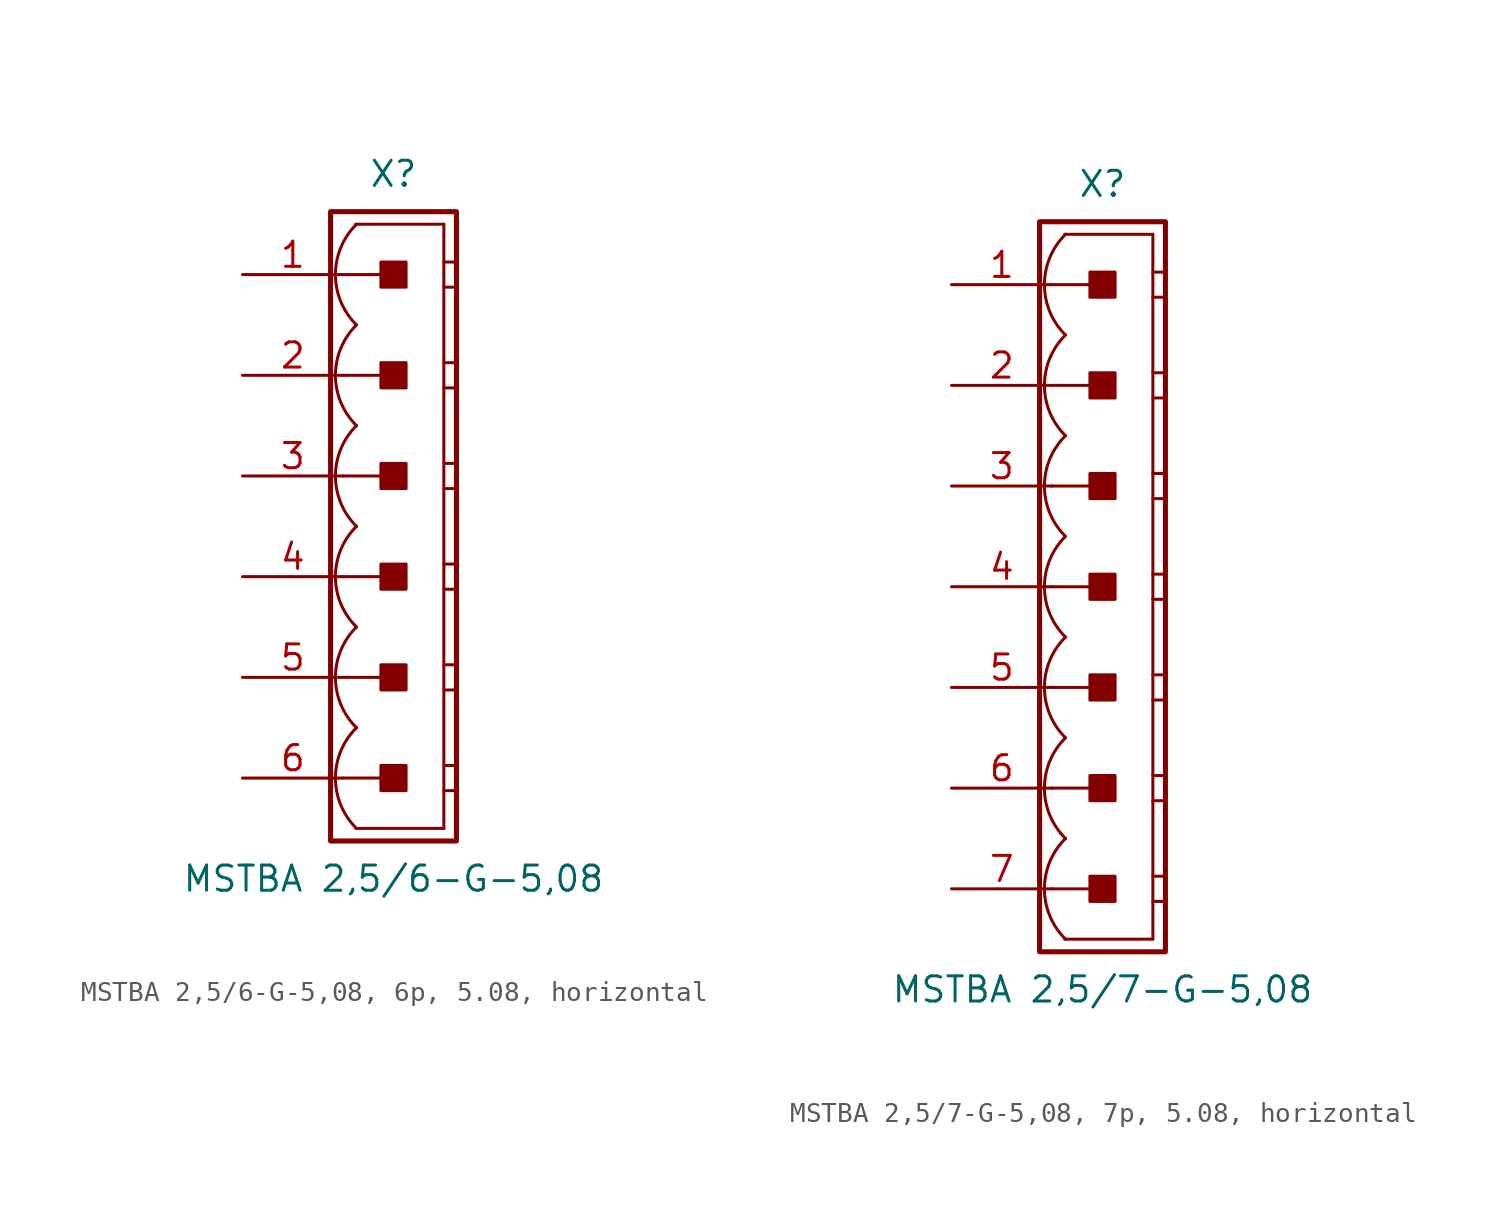
<source format=kicad_sym>
(kicad_symbol_lib
  (version 20241209)
  (generator "kicad_symbol_editor")
  (generator_version "9.0")
  (symbol "MSTBA 2,5/6-G-5,08, 6p, 5.08, horizontal"
    (pin_names
      (offset 1.016)
      (hide yes))
    (property "Reference" "X"
      (at 0 17.78 0)
      (effects (font (size 1.27 1.27))))
    (property "Value" "MSTBA 2,5/6-G-5,08"
      (at 0 -17.78 0)
      (effects (font (size 1.27 1.27))))
    (property "Label" ""
      (at 0 0 0)
      (effects (font (size 1.27 1.27) (thickness 0.254) (bold yes))))
    (symbol "MSTBA 2,5/6-G-5,08, 6p, 5.08, horizontal_0_1"
      (polyline (pts (xy 2.54 15.24) (xy -1.905 15.24)) (stroke (width 0.152) (type default)) (fill (type none)))
      (polyline (pts (xy 2.54 15.24) (xy 2.54 -15.24)) (stroke (width 0.152) (type default)) (fill (type none)))
      (polyline (pts (xy 2.54 13.335) (xy 3.175 13.335)) (stroke (width 0.152) (type default)) (fill (type none)))
      (polyline (pts (xy 2.54 12.065) (xy 3.175 12.065)) (stroke (width 0.152) (type default)) (fill (type none)))
      (polyline (pts (xy 2.54 8.255) (xy 3.175 8.255)) (stroke (width 0.152) (type default)) (fill (type none)))
      (polyline (pts (xy 2.54 6.985) (xy 3.175 6.985)) (stroke (width 0.152) (type default)) (fill (type none)))
      (polyline (pts (xy 2.54 3.175) (xy 3.175 3.175)) (stroke (width 0.152) (type default)) (fill (type none)))
      (polyline (pts (xy 2.54 1.905) (xy 3.175 1.905)) (stroke (width 0.152) (type default)) (fill (type none)))
      (polyline (pts (xy 2.54 -1.905) (xy 3.175 -1.905)) (stroke (width 0.152) (type default)) (fill (type none)))
      (polyline (pts (xy 2.54 -3.175) (xy 3.175 -3.175)) (stroke (width 0.152) (type default)) (fill (type none)))
      (polyline (pts (xy 2.54 -6.985) (xy 3.175 -6.985)) (stroke (width 0.152) (type default)) (fill (type none)))
      (polyline (pts (xy 2.54 -8.255) (xy 3.175 -8.255)) (stroke (width 0.152) (type default)) (fill (type none)))
      (polyline (pts (xy 2.54 -12.065) (xy 3.175 -12.065)) (stroke (width 0.152) (type default)) (fill (type none)))
      (polyline (pts (xy 2.54 -13.335) (xy 3.175 -13.335)) (stroke (width 0.152) (type default)) (fill (type none)))
      (polyline (pts (xy 2.54 -15.24) (xy -1.905 -15.24)) (stroke (width 0.152) (type default)) (fill (type none))))
    (symbol "MSTBA 2,5/6-G-5,08, 6p, 5.08, horizontal_1_0"
      (polyline (pts (xy -2.54 12.7) (xy 0 12.7)) (stroke (width 0.152) (type default)) (fill (type none)))
      (polyline (pts (xy -2.54 7.62) (xy 0 7.62)) (stroke (width 0.152) (type default)) (fill (type none)))
      (polyline (pts (xy -2.54 2.54) (xy 0 2.54)) (stroke (width 0.152) (type default)) (fill (type none)))
      (polyline (pts (xy -2.54 -2.54) (xy 0 -2.54)) (stroke (width 0.152) (type default)) (fill (type none)))
      (polyline (pts (xy -2.54 -7.62) (xy 0 -7.62)) (stroke (width 0.152) (type default)) (fill (type none)))
      (polyline (pts (xy -2.54 -12.7) (xy 0 -12.7)) (stroke (width 0.152) (type default)) (fill (type none))))
    (symbol "MSTBA 2,5/6-G-5,08, 6p, 5.08, horizontal_1_1"
      (rectangle (start -3.175 15.875) (end 3.175 -15.875) (stroke (width 0.254) (type default)) (fill (type none)))
      (rectangle (start -0.635 12.065) (end 0.635 13.335) (stroke (width 0.152) (type default)) (fill (type outline)))
      (rectangle (start -0.635 6.985) (end 0.635 8.255) (stroke (width 0.152) (type default)) (fill (type outline)))
      (rectangle (start -0.635 1.905) (end 0.635 3.175) (stroke (width 0.152) (type default)) (fill (type outline)))
      (rectangle (start -0.635 -3.175) (end 0.635 -1.905) (stroke (width 0.152) (type default)) (fill (type outline)))
      (rectangle (start -0.635 -8.255) (end 0.635 -6.985) (stroke (width 0.152) (type default)) (fill (type outline)))
      (rectangle (start -0.635 -13.335) (end 0.635 -12.065) (stroke (width 0.152) (type default)) (fill (type outline)))
      (arc (start -1.8664 10.16) (mid -2.9299 12.7) (end -1.8664 15.24) (stroke (width 0.1524) (type default)) (fill (type none)))
      (arc (start -1.8664 5.08) (mid -2.9299 7.62) (end -1.8664 10.16) (stroke (width 0.1524) (type default)) (fill (type none)))
      (arc (start -1.8664 0) (mid -2.9299 2.54) (end -1.8664 5.08) (stroke (width 0.1524) (type default)) (fill (type none)))
      (arc (start -1.8664 -5.08) (mid -2.9299 -2.54) (end -1.8664 0) (stroke (width 0.1524) (type default)) (fill (type none)))
      (arc (start -1.8664 -10.16) (mid -2.9299 -7.62) (end -1.8664 -5.08) (stroke (width 0.1524) (type default)) (fill (type none)))
      (arc (start -1.8664 -15.24) (mid -2.9299 -12.7) (end -1.8664 -10.16) (stroke (width 0.1524) (type default)) (fill (type none)))
      (pin passive line (at -7.62 12.7 0) (length 5.08) (name "1" (effects (font (size 1.27 1.27)))) (number "1" (effects (font (size 1.27 1.27)))))
      (pin passive line (at -7.62 7.62 0) (length 5.08) (name "2" (effects (font (size 1.27 1.27)))) (number "2" (effects (font (size 1.27 1.27)))))
      (pin passive line (at -7.62 2.54 0) (length 5.08) (name "3" (effects (font (size 1.27 1.27)))) (number "3" (effects (font (size 1.27 1.27)))))
      (pin passive line (at -7.62 -2.54 0) (length 5.08) (name "4" (effects (font (size 1.27 1.27)))) (number "4" (effects (font (size 1.27 1.27)))))
      (pin passive line (at -7.62 -7.62 0) (length 5.08) (name "5" (effects (font (size 1.27 1.27)))) (number "5" (effects (font (size 1.27 1.27)))))
      (pin passive line (at -7.62 -12.7 0) (length 5.08) (name "6" (effects (font (size 1.27 1.27)))) (number "6" (effects (font (size 1.27 1.27)))))))
  (symbol "MSTBA 2,5/7-G-5,08, 7p, 5.08, horizontal"
    (pin_names
      (offset 1.016)
      (hide yes))
    (property "Reference" "X"
      (at 0 20.32 0)
      (effects (font (size 1.27 1.27))))
    (property "Value" "MSTBA 2,5/7-G-5,08"
      (at 0 -20.32 0)
      (effects (font (size 1.27 1.27))))
    (property "Label" ""
      (at 0 0 0)
      (effects (font (size 1.27 1.27) (thickness 0.254) (bold yes))))
    (symbol "MSTBA 2,5/7-G-5,08, 7p, 5.08, horizontal_0_1"
      (polyline (pts (xy 2.54 17.78) (xy -1.905 17.78)) (stroke (width 0.152) (type default)) (fill (type none)))
      (polyline (pts (xy 2.54 17.78) (xy 2.54 -17.78)) (stroke (width 0.152) (type default)) (fill (type none)))
      (polyline (pts (xy 2.54 15.875) (xy 3.175 15.875)) (stroke (width 0.152) (type default)) (fill (type none)))
      (polyline (pts (xy 2.54 14.605) (xy 3.175 14.605)) (stroke (width 0.152) (type default)) (fill (type none)))
      (polyline (pts (xy 2.54 10.795) (xy 3.175 10.795)) (stroke (width 0.152) (type default)) (fill (type none)))
      (polyline (pts (xy 2.54 9.525) (xy 3.175 9.525)) (stroke (width 0.152) (type default)) (fill (type none)))
      (polyline (pts (xy 2.54 5.715) (xy 3.175 5.715)) (stroke (width 0.152) (type default)) (fill (type none)))
      (polyline (pts (xy 2.54 4.445) (xy 3.175 4.445)) (stroke (width 0.152) (type default)) (fill (type none)))
      (polyline (pts (xy 2.54 0.635) (xy 3.175 0.635)) (stroke (width 0.152) (type default)) (fill (type none)))
      (polyline (pts (xy 2.54 -0.635) (xy 3.175 -0.635)) (stroke (width 0.152) (type default)) (fill (type none)))
      (polyline (pts (xy 2.54 -4.445) (xy 3.175 -4.445)) (stroke (width 0.152) (type default)) (fill (type none)))
      (polyline (pts (xy 2.54 -5.715) (xy 3.175 -5.715)) (stroke (width 0.152) (type default)) (fill (type none)))
      (polyline (pts (xy 2.54 -9.525) (xy 3.175 -9.525)) (stroke (width 0.152) (type default)) (fill (type none)))
      (polyline (pts (xy 2.54 -10.795) (xy 3.175 -10.795)) (stroke (width 0.152) (type default)) (fill (type none)))
      (polyline (pts (xy 2.54 -14.605) (xy 3.175 -14.605)) (stroke (width 0.152) (type default)) (fill (type none)))
      (polyline (pts (xy 2.54 -15.875) (xy 3.175 -15.875)) (stroke (width 0.152) (type default)) (fill (type none)))
      (polyline (pts (xy 2.54 -17.78) (xy -1.905 -17.78)) (stroke (width 0.152) (type default)) (fill (type none))))
    (symbol "MSTBA 2,5/7-G-5,08, 7p, 5.08, horizontal_1_0"
      (polyline (pts (xy -2.54 15.24) (xy 0 15.24)) (stroke (width 0.152) (type default)) (fill (type none)))
      (polyline (pts (xy -2.54 10.16) (xy 0 10.16)) (stroke (width 0.152) (type default)) (fill (type none)))
      (polyline (pts (xy -2.54 5.08) (xy 0 5.08)) (stroke (width 0.152) (type default)) (fill (type none)))
      (polyline (pts (xy -2.54 0) (xy 0 0)) (stroke (width 0.152) (type default)) (fill (type none)))
      (polyline (pts (xy -2.54 -5.08) (xy 0 -5.08)) (stroke (width 0.152) (type default)) (fill (type none)))
      (polyline (pts (xy -2.54 -10.16) (xy 0 -10.16)) (stroke (width 0.152) (type default)) (fill (type none)))
      (polyline (pts (xy -2.54 -15.24) (xy 0 -15.24)) (stroke (width 0.152) (type default)) (fill (type none))))
    (symbol "MSTBA 2,5/7-G-5,08, 7p, 5.08, horizontal_1_1"
      (rectangle (start -3.175 18.415) (end 3.175 -18.415) (stroke (width 0.254) (type default)) (fill (type none)))
      (rectangle (start -0.635 14.605) (end 0.635 15.875) (stroke (width 0.152) (type default)) (fill (type outline)))
      (rectangle (start -0.635 9.525) (end 0.635 10.795) (stroke (width 0.152) (type default)) (fill (type outline)))
      (rectangle (start -0.635 4.445) (end 0.635 5.715) (stroke (width 0.152) (type default)) (fill (type outline)))
      (rectangle (start -0.635 -0.635) (end 0.635 0.635) (stroke (width 0.152) (type default)) (fill (type outline)))
      (rectangle (start -0.635 -5.715) (end 0.635 -4.445) (stroke (width 0.152) (type default)) (fill (type outline)))
      (rectangle (start -0.635 -10.795) (end 0.635 -9.525) (stroke (width 0.152) (type default)) (fill (type outline)))
      (rectangle (start -0.635 -15.875) (end 0.635 -14.605) (stroke (width 0.152) (type default)) (fill (type outline)))
      (arc (start -1.8664 12.7) (mid -2.9299 15.24) (end -1.8664 17.78) (stroke (width 0.1524) (type default)) (fill (type none)))
      (arc (start -1.8664 7.62) (mid -2.9299 10.16) (end -1.8664 12.7) (stroke (width 0.1524) (type default)) (fill (type none)))
      (arc (start -1.8664 2.54) (mid -2.9299 5.08) (end -1.8664 7.62) (stroke (width 0.1524) (type default)) (fill (type none)))
      (arc (start -1.8664 -2.54) (mid -2.9299 0) (end -1.8664 2.54) (stroke (width 0.1524) (type default)) (fill (type none)))
      (arc (start -1.8664 -7.62) (mid -2.9299 -5.08) (end -1.8664 -2.54) (stroke (width 0.1524) (type default)) (fill (type none)))
      (arc (start -1.8664 -12.7) (mid -2.9299 -10.16) (end -1.8664 -7.62) (stroke (width 0.1524) (type default)) (fill (type none)))
      (arc (start -1.8664 -17.78) (mid -2.9299 -15.24) (end -1.8664 -12.7) (stroke (width 0.1524) (type default)) (fill (type none)))
      (pin passive line (at -7.62 15.24 0) (length 5.08) (name "1" (effects (font (size 1.27 1.27)))) (number "1" (effects (font (size 1.27 1.27)))))
      (pin passive line (at -7.62 10.16 0) (length 5.08) (name "2" (effects (font (size 1.27 1.27)))) (number "2" (effects (font (size 1.27 1.27)))))
      (pin passive line (at -7.62 5.08 0) (length 5.08) (name "3" (effects (font (size 1.27 1.27)))) (number "3" (effects (font (size 1.27 1.27)))))
      (pin passive line (at -7.62 0 0) (length 5.08) (name "4" (effects (font (size 1.27 1.27)))) (number "4" (effects (font (size 1.27 1.27)))))
      (pin passive line (at -7.62 -5.08 0) (length 5.08) (name "5" (effects (font (size 1.27 1.27)))) (number "5" (effects (font (size 1.27 1.27)))))
      (pin passive line (at -7.62 -10.16 0) (length 5.08) (name "6" (effects (font (size 1.27 1.27)))) (number "6" (effects (font (size 1.27 1.27)))))
      (pin passive line (at -7.62 -15.24 0) (length 5.08) (name "7" (effects (font (size 1.27 1.27)))) (number "7" (effects (font (size 1.27 1.27))))))))
</source>
